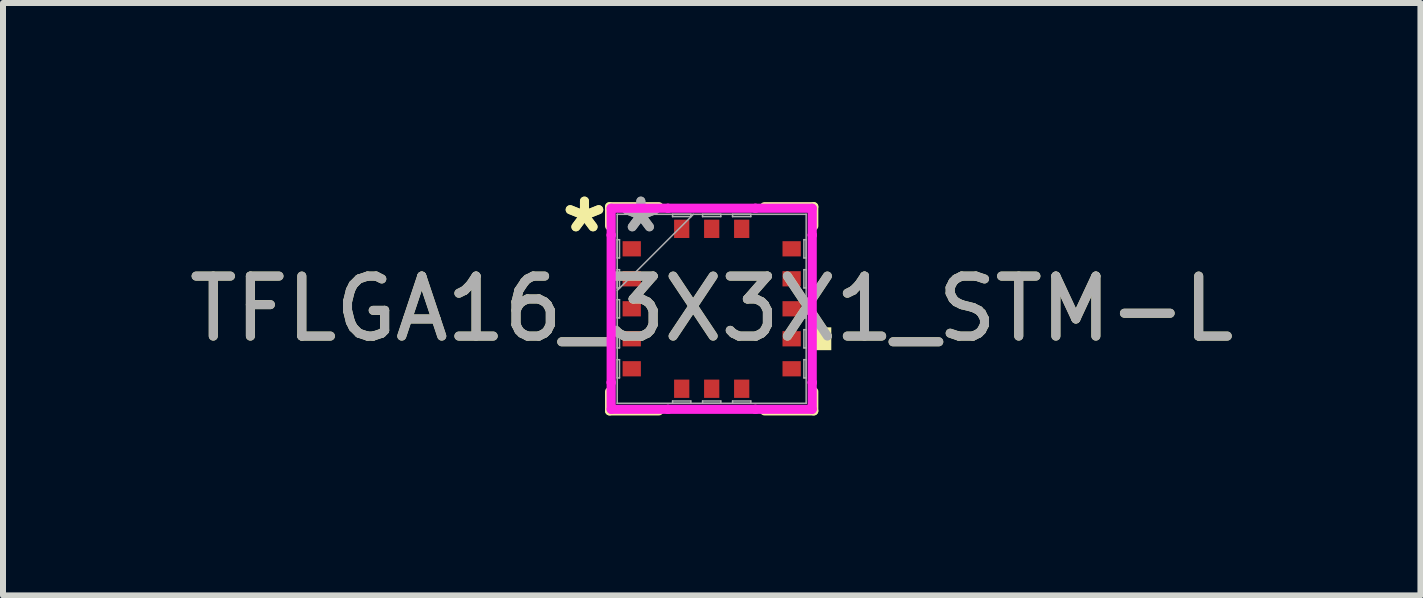
<source format=kicad_pcb>
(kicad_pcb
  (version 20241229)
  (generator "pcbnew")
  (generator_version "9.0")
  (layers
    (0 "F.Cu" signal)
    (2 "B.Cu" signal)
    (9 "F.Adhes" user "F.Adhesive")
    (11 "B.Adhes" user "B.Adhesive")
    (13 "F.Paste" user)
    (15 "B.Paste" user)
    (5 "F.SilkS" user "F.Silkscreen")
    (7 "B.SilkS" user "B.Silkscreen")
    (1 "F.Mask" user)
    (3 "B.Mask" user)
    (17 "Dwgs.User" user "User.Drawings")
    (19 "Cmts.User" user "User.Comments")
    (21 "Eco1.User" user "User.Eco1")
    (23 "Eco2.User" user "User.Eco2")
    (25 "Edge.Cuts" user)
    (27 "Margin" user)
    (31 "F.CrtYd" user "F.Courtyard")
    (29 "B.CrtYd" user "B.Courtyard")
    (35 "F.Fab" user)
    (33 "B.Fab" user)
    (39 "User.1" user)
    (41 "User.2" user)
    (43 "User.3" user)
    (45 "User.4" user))
  (footprint "TFLGA16_3X3X1_STM-L"
    (layer "F.Cu")
    (at 8.815 2.098)
    (property "Reference" "TFLGA16_3X3X1_STM-L" (at 0 0 0) (unlocked yes) (layer "F.SilkS") (effects (font (size 1 1) (thickness 0.15))))
    (attr smd)
    (fp_line (start -1.702 -1.702) (end -1.702 -1.38) (stroke (width 0.152) (type solid)) (layer "F.SilkS"))
    (fp_line (start -1.702 1.38) (end -1.702 1.702) (stroke (width 0.152) (type solid)) (layer "F.SilkS"))
    (fp_line (start -1.702 1.702) (end -0.88 1.702) (stroke (width 0.152) (type solid)) (layer "F.SilkS"))
    (fp_line (start -0.88 -1.702) (end -1.702 -1.702) (stroke (width 0.152) (type solid)) (layer "F.SilkS"))
    (fp_line (start 0.88 1.702) (end 1.702 1.702) (stroke (width 0.152) (type solid)) (layer "F.SilkS"))
    (fp_line (start 1.702 -1.702) (end 0.88 -1.702) (stroke (width 0.152) (type solid)) (layer "F.SilkS"))
    (fp_line (start 1.702 -1.38) (end 1.702 -1.702) (stroke (width 0.152) (type solid)) (layer "F.SilkS"))
    (fp_line (start 1.702 1.702) (end 1.702 1.38) (stroke (width 0.152) (type solid)) (layer "F.SilkS"))
    (fp_poly (pts (xy 1.994 0.309) (xy 1.994 0.69) (xy 1.74 0.69) (xy 1.74 0.309)) (stroke (width 0) (type solid)) (fill yes) (layer "F.SilkS"))
    (fp_line (start -1.676 -1.676) (end -0.729 -1.676) (stroke (width 0.152) (type solid)) (layer "F.CrtYd"))
    (fp_line (start -1.676 -1.229) (end -1.676 -1.676) (stroke (width 0.152) (type solid)) (layer "F.CrtYd"))
    (fp_line (start -1.676 -1.229) (end -1.676 -1.229) (stroke (width 0.152) (type solid)) (layer "F.CrtYd"))
    (fp_line (start -1.676 1.229) (end -1.676 -1.229) (stroke (width 0.152) (type solid)) (layer "F.CrtYd"))
    (fp_line (start -1.676 1.229) (end -1.676 1.229) (stroke (width 0.152) (type solid)) (layer "F.CrtYd"))
    (fp_line (start -1.676 1.676) (end -1.676 1.229) (stroke (width 0.152) (type solid)) (layer "F.CrtYd"))
    (fp_line (start -0.729 -1.676) (end -0.729 -1.676) (stroke (width 0.152) (type solid)) (layer "F.CrtYd"))
    (fp_line (start -0.729 -1.676) (end 0.729 -1.676) (stroke (width 0.152) (type solid)) (layer "F.CrtYd"))
    (fp_line (start -0.729 1.676) (end -1.676 1.676) (stroke (width 0.152) (type solid)) (layer "F.CrtYd"))
    (fp_line (start -0.729 1.676) (end -0.729 1.676) (stroke (width 0.152) (type solid)) (layer "F.CrtYd"))
    (fp_line (start 0.729 -1.676) (end 0.729 -1.676) (stroke (width 0.152) (type solid)) (layer "F.CrtYd"))
    (fp_line (start 0.729 -1.676) (end 1.676 -1.676) (stroke (width 0.152) (type solid)) (layer "F.CrtYd"))
    (fp_line (start 0.729 1.676) (end -0.729 1.676) (stroke (width 0.152) (type solid)) (layer "F.CrtYd"))
    (fp_line (start 0.729 1.676) (end 0.729 1.676) (stroke (width 0.152) (type solid)) (layer "F.CrtYd"))
    (fp_line (start 1.676 -1.676) (end 1.676 -1.229) (stroke (width 0.152) (type solid)) (layer "F.CrtYd"))
    (fp_line (start 1.676 -1.229) (end 1.676 -1.229) (stroke (width 0.152) (type solid)) (layer "F.CrtYd"))
    (fp_line (start 1.676 -1.229) (end 1.676 1.229) (stroke (width 0.152) (type solid)) (layer "F.CrtYd"))
    (fp_line (start 1.676 1.229) (end 1.676 1.229) (stroke (width 0.152) (type solid)) (layer "F.CrtYd"))
    (fp_line (start 1.676 1.229) (end 1.676 1.676) (stroke (width 0.152) (type solid)) (layer "F.CrtYd"))
    (fp_line (start 1.676 1.676) (end 0.729 1.676) (stroke (width 0.152) (type solid)) (layer "F.CrtYd"))
    (fp_line (start -1.575 -1.575) (end -1.575 -1.575) (stroke (width 0.025) (type solid)) (layer "F.Fab"))
    (fp_line (start -1.575 -1.575) (end -1.575 1.575) (stroke (width 0.025) (type solid)) (layer "F.Fab"))
    (fp_line (start -1.575 -1.152) (end -1.537 -1.152) (stroke (width 0.025) (type solid)) (layer "F.Fab"))
    (fp_line (start -1.575 -0.848) (end -1.575 -1.152) (stroke (width 0.025) (type solid)) (layer "F.Fab"))
    (fp_line (start -1.575 -0.652) (end -1.537 -0.652) (stroke (width 0.025) (type solid)) (layer "F.Fab"))
    (fp_line (start -1.575 -0.348) (end -1.575 -0.652) (stroke (width 0.025) (type solid)) (layer "F.Fab"))
    (fp_line (start -1.575 -0.305) (end -0.305 -1.575) (stroke (width 0.025) (type solid)) (layer "F.Fab"))
    (fp_line (start -1.575 -0.152) (end -1.537 -0.152) (stroke (width 0.025) (type solid)) (layer "F.Fab"))
    (fp_line (start -1.575 0.152) (end -1.575 -0.152) (stroke (width 0.025) (type solid)) (layer "F.Fab"))
    (fp_line (start -1.575 0.348) (end -1.537 0.348) (stroke (width 0.025) (type solid)) (layer "F.Fab"))
    (fp_line (start -1.575 0.652) (end -1.575 0.348) (stroke (width 0.025) (type solid)) (layer "F.Fab"))
    (fp_line (start -1.575 0.848) (end -1.537 0.848) (stroke (width 0.025) (type solid)) (layer "F.Fab"))
    (fp_line (start -1.575 1.152) (end -1.575 0.848) (stroke (width 0.025) (type solid)) (layer "F.Fab"))
    (fp_line (start -1.575 1.575) (end -1.575 1.575) (stroke (width 0.025) (type solid)) (layer "F.Fab"))
    (fp_line (start -1.575 1.575) (end 1.575 1.575) (stroke (width 0.025) (type solid)) (layer "F.Fab"))
    (fp_line (start -1.537 -1.152) (end -1.537 -0.848) (stroke (width 0.025) (type solid)) (layer "F.Fab"))
    (fp_line (start -1.537 -0.848) (end -1.575 -0.848) (stroke (width 0.025) (type solid)) (layer "F.Fab"))
    (fp_line (start -1.537 -0.652) (end -1.537 -0.348) (stroke (width 0.025) (type solid)) (layer "F.Fab"))
    (fp_line (start -1.537 -0.348) (end -1.575 -0.348) (stroke (width 0.025) (type solid)) (layer "F.Fab"))
    (fp_line (start -1.537 -0.152) (end -1.537 0.152) (stroke (width 0.025) (type solid)) (layer "F.Fab"))
    (fp_line (start -1.537 0.152) (end -1.575 0.152) (stroke (width 0.025) (type solid)) (layer "F.Fab"))
    (fp_line (start -1.537 0.348) (end -1.537 0.652) (stroke (width 0.025) (type solid)) (layer "F.Fab"))
    (fp_line (start -1.537 0.652) (end -1.575 0.652) (stroke (width 0.025) (type solid)) (layer "F.Fab"))
    (fp_line (start -1.537 0.848) (end -1.537 1.152) (stroke (width 0.025) (type solid)) (layer "F.Fab"))
    (fp_line (start -1.537 1.152) (end -1.575 1.152) (stroke (width 0.025) (type solid)) (layer "F.Fab"))
    (fp_line (start -0.652 -1.575) (end -0.348 -1.575) (stroke (width 0.025) (type solid)) (layer "F.Fab"))
    (fp_line (start -0.652 -1.537) (end -0.652 -1.575) (stroke (width 0.025) (type solid)) (layer "F.Fab"))
    (fp_line (start -0.652 1.537) (end -0.348 1.537) (stroke (width 0.025) (type solid)) (layer "F.Fab"))
    (fp_line (start -0.652 1.575) (end -0.652 1.537) (stroke (width 0.025) (type solid)) (layer "F.Fab"))
    (fp_line (start -0.348 -1.575) (end -0.348 -1.537) (stroke (width 0.025) (type solid)) (layer "F.Fab"))
    (fp_line (start -0.348 -1.537) (end -0.652 -1.537) (stroke (width 0.025) (type solid)) (layer "F.Fab"))
    (fp_line (start -0.348 1.537) (end -0.348 1.575) (stroke (width 0.025) (type solid)) (layer "F.Fab"))
    (fp_line (start -0.348 1.575) (end -0.652 1.575) (stroke (width 0.025) (type solid)) (layer "F.Fab"))
    (fp_line (start -0.152 -1.575) (end 0.152 -1.575) (stroke (width 0.025) (type solid)) (layer "F.Fab"))
    (fp_line (start -0.152 -1.537) (end -0.152 -1.575) (stroke (width 0.025) (type solid)) (layer "F.Fab"))
    (fp_line (start -0.152 1.537) (end 0.152 1.537) (stroke (width 0.025) (type solid)) (layer "F.Fab"))
    (fp_line (start -0.152 1.575) (end -0.152 1.537) (stroke (width 0.025) (type solid)) (layer "F.Fab"))
    (fp_line (start 0.152 -1.575) (end 0.152 -1.537) (stroke (width 0.025) (type solid)) (layer "F.Fab"))
    (fp_line (start 0.152 -1.537) (end -0.152 -1.537) (stroke (width 0.025) (type solid)) (layer "F.Fab"))
    (fp_line (start 0.152 1.537) (end 0.152 1.575) (stroke (width 0.025) (type solid)) (layer "F.Fab"))
    (fp_line (start 0.152 1.575) (end -0.152 1.575) (stroke (width 0.025) (type solid)) (layer "F.Fab"))
    (fp_line (start 0.348 -1.575) (end 0.652 -1.575) (stroke (width 0.025) (type solid)) (layer "F.Fab"))
    (fp_line (start 0.348 -1.537) (end 0.348 -1.575) (stroke (width 0.025) (type solid)) (layer "F.Fab"))
    (fp_line (start 0.348 1.537) (end 0.652 1.537) (stroke (width 0.025) (type solid)) (layer "F.Fab"))
    (fp_line (start 0.348 1.575) (end 0.348 1.537) (stroke (width 0.025) (type solid)) (layer "F.Fab"))
    (fp_line (start 0.652 -1.575) (end 0.652 -1.537) (stroke (width 0.025) (type solid)) (layer "F.Fab"))
    (fp_line (start 0.652 -1.537) (end 0.348 -1.537) (stroke (width 0.025) (type solid)) (layer "F.Fab"))
    (fp_line (start 0.652 1.537) (end 0.652 1.575) (stroke (width 0.025) (type solid)) (layer "F.Fab"))
    (fp_line (start 0.652 1.575) (end 0.348 1.575) (stroke (width 0.025) (type solid)) (layer "F.Fab"))
    (fp_line (start 1.537 -1.152) (end 1.575 -1.152) (stroke (width 0.025) (type solid)) (layer "F.Fab"))
    (fp_line (start 1.537 -0.848) (end 1.537 -1.152) (stroke (width 0.025) (type solid)) (layer "F.Fab"))
    (fp_line (start 1.537 -0.652) (end 1.575 -0.652) (stroke (width 0.025) (type solid)) (layer "F.Fab"))
    (fp_line (start 1.537 -0.348) (end 1.537 -0.652) (stroke (width 0.025) (type solid)) (layer "F.Fab"))
    (fp_line (start 1.537 -0.152) (end 1.575 -0.152) (stroke (width 0.025) (type solid)) (layer "F.Fab"))
    (fp_line (start 1.537 0.152) (end 1.537 -0.152) (stroke (width 0.025) (type solid)) (layer "F.Fab"))
    (fp_line (start 1.537 0.348) (end 1.575 0.348) (stroke (width 0.025) (type solid)) (layer "F.Fab"))
    (fp_line (start 1.537 0.652) (end 1.537 0.348) (stroke (width 0.025) (type solid)) (layer "F.Fab"))
    (fp_line (start 1.537 0.848) (end 1.575 0.848) (stroke (width 0.025) (type solid)) (layer "F.Fab"))
    (fp_line (start 1.537 1.152) (end 1.537 0.848) (stroke (width 0.025) (type solid)) (layer "F.Fab"))
    (fp_line (start 1.575 -1.575) (end -1.575 -1.575) (stroke (width 0.025) (type solid)) (layer "F.Fab"))
    (fp_line (start 1.575 -1.575) (end 1.575 -1.575) (stroke (width 0.025) (type solid)) (layer "F.Fab"))
    (fp_line (start 1.575 -1.152) (end 1.575 -0.848) (stroke (width 0.025) (type solid)) (layer "F.Fab"))
    (fp_line (start 1.575 -0.848) (end 1.537 -0.848) (stroke (width 0.025) (type solid)) (layer "F.Fab"))
    (fp_line (start 1.575 -0.652) (end 1.575 -0.348) (stroke (width 0.025) (type solid)) (layer "F.Fab"))
    (fp_line (start 1.575 -0.348) (end 1.537 -0.348) (stroke (width 0.025) (type solid)) (layer "F.Fab"))
    (fp_line (start 1.575 -0.152) (end 1.575 0.152) (stroke (width 0.025) (type solid)) (layer "F.Fab"))
    (fp_line (start 1.575 0.152) (end 1.537 0.152) (stroke (width 0.025) (type solid)) (layer "F.Fab"))
    (fp_line (start 1.575 0.348) (end 1.575 0.652) (stroke (width 0.025) (type solid)) (layer "F.Fab"))
    (fp_line (start 1.575 0.652) (end 1.537 0.652) (stroke (width 0.025) (type solid)) (layer "F.Fab"))
    (fp_line (start 1.575 0.848) (end 1.575 1.152) (stroke (width 0.025) (type solid)) (layer "F.Fab"))
    (fp_line (start 1.575 1.152) (end 1.537 1.152) (stroke (width 0.025) (type solid)) (layer "F.Fab"))
    (fp_line (start 1.575 1.575) (end 1.575 -1.575) (stroke (width 0.025) (type solid)) (layer "F.Fab"))
    (fp_line (start 1.575 1.575) (end 1.575 1.575) (stroke (width 0.025) (type solid)) (layer "F.Fab"))
    (fp_text user "*" (at -2.121 -1.25 0) (layer "F.SilkS") (effects (font (size 1 1) (thickness 0.15))))
    (fp_text user "*" (at -2.121 -1.25 0) (unlocked yes) (layer "F.SilkS") (effects (font (size 1 1) (thickness 0.15))))
    (fp_text user "*" (at -1.181 -1.25 0) (layer "F.Fab") (effects (font (size 1 1) (thickness 0.15))))
    (fp_text user "${REFERENCE}" (at 0 0 0) (unlocked yes) (layer "F.Fab") (effects (font (size 1 1) (thickness 0.15))))
    (fp_text user "*" (at -1.181 -1.25 0) (unlocked yes) (layer "F.Fab") (effects (font (size 1 1) (thickness 0.15))))
    (pad "1" smd rect (at -1.333 -1 90) (size 0.254 0.305) (layers "F.Cu" "F.Mask" "F.Paste"))
    (pad "2" smd rect (at -1.333 -0.5 90) (size 0.254 0.305) (layers "F.Cu" "F.Mask" "F.Paste"))
    (pad "3" smd rect (at -1.333 0 90) (size 0.254 0.305) (layers "F.Cu" "F.Mask" "F.Paste"))
    (pad "4" smd rect (at -1.333 0.5 90) (size 0.254 0.305) (layers "F.Cu" "F.Mask" "F.Paste"))
    (pad "5" smd rect (at -1.333 1 90) (size 0.254 0.305) (layers "F.Cu" "F.Mask" "F.Paste"))
    (pad "6" smd rect (at -0.5 1.333) (size 0.254 0.305) (layers "F.Cu" "F.Mask" "F.Paste"))
    (pad "7" smd rect (at 0 1.333) (size 0.254 0.305) (layers "F.Cu" "F.Mask" "F.Paste"))
    (pad "8" smd rect (at 0.5 1.333) (size 0.254 0.305) (layers "F.Cu" "F.Mask" "F.Paste"))
    (pad "9" smd rect (at 1.333 1 90) (size 0.254 0.305) (layers "F.Cu" "F.Mask" "F.Paste"))
    (pad "10" smd rect (at 1.333 0.5 90) (size 0.254 0.305) (layers "F.Cu" "F.Mask" "F.Paste"))
    (pad "11" smd rect (at 1.333 0 90) (size 0.254 0.305) (layers "F.Cu" "F.Mask" "F.Paste"))
    (pad "12" smd rect (at 1.333 -0.5 90) (size 0.254 0.305) (layers "F.Cu" "F.Mask" "F.Paste"))
    (pad "13" smd rect (at 1.333 -1 90) (size 0.254 0.305) (layers "F.Cu" "F.Mask" "F.Paste"))
    (pad "14" smd rect (at 0.5 -1.333) (size 0.254 0.305) (layers "F.Cu" "F.Mask" "F.Paste"))
    (pad "15" smd rect (at 0 -1.333) (size 0.254 0.305) (layers "F.Cu" "F.Mask" "F.Paste"))
    (pad "16" smd rect (at -0.5 -1.333) (size 0.254 0.305) (layers "F.Cu" "F.Mask" "F.Paste")))
  (gr_rect
    (start -3 -3)
    (end 20.631 6.876)
    (stroke (width 0.1) (type default))
    (fill no)
    (layer "Edge.Cuts")))
</source>
